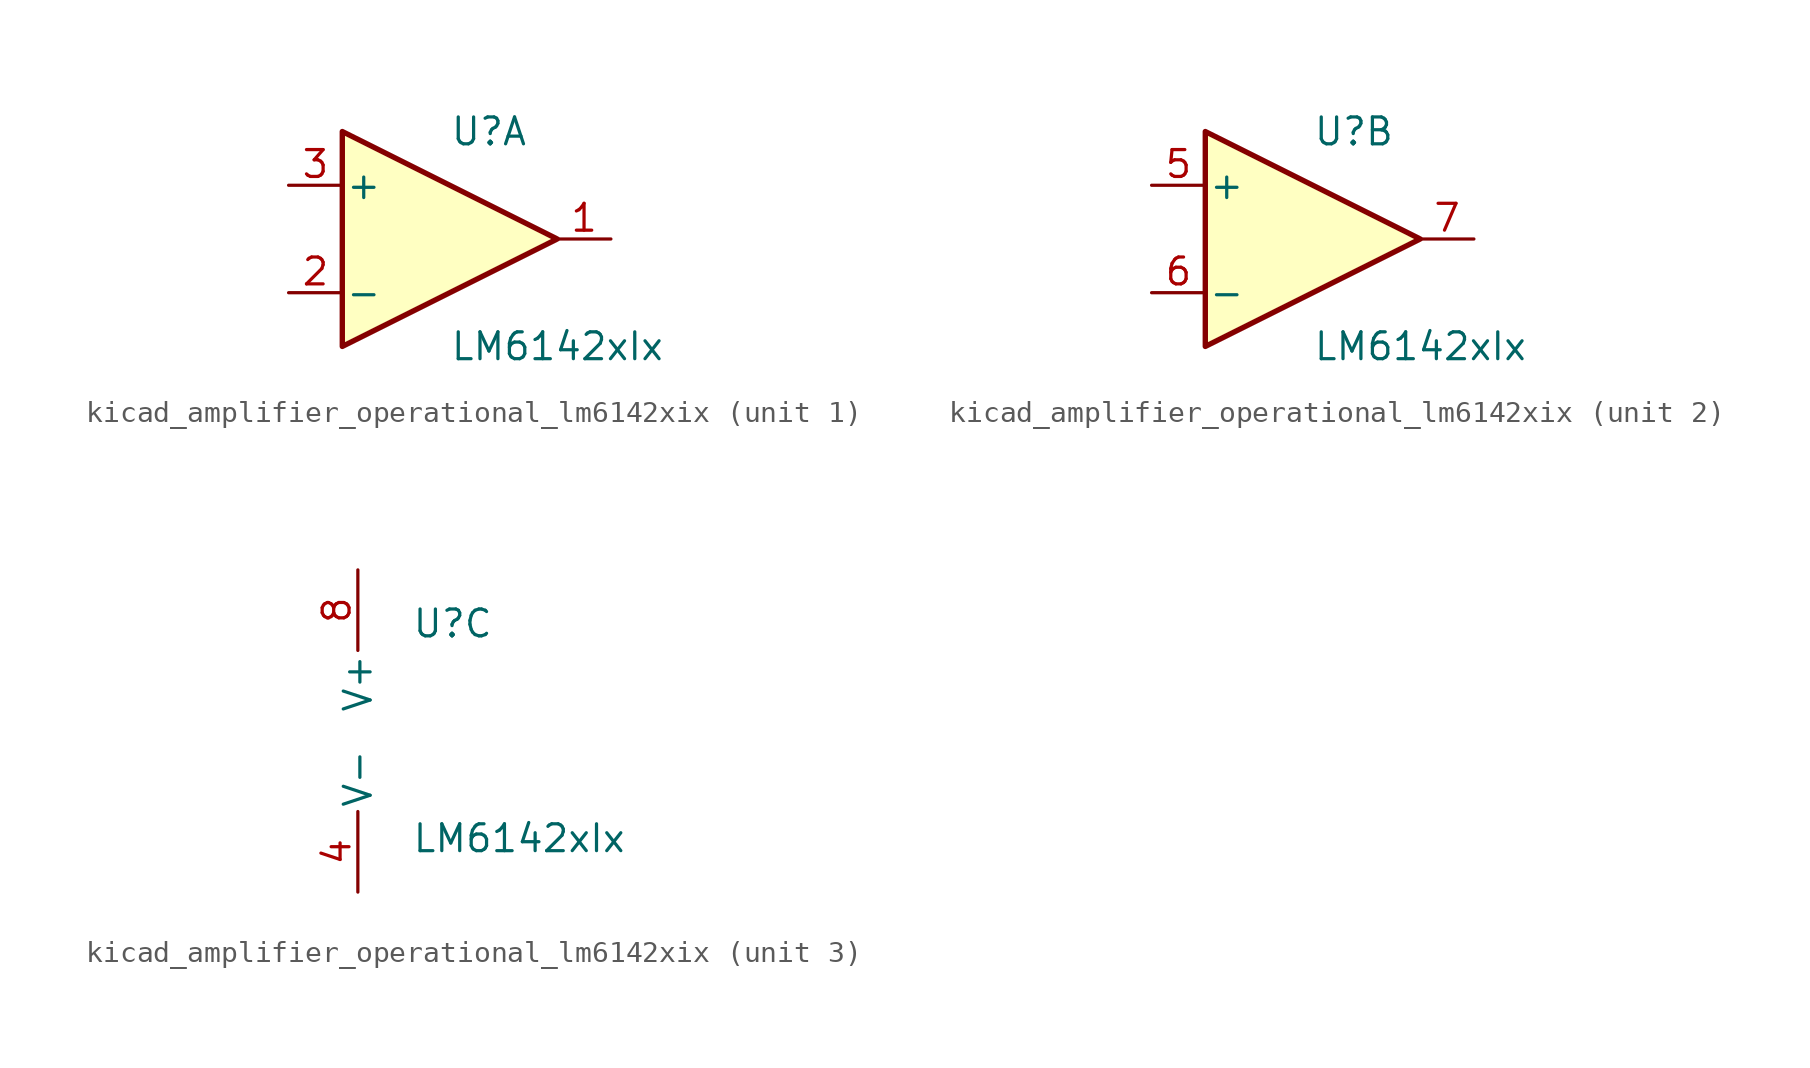
<source format=kicad_sym>
(kicad_symbol_lib
  (version 20220914)
  (generator kicad_symbol_editor)
  (symbol "kicad_amplifier_operational_lm6142xix"
    (pin_names
      (offset 0.127))
    (property "Reference" "U"
      (at 0 5.08 0)
      (effects (font (size 1.27 1.27)) (justify left)))
    (property "Value" "LM6142xIx"
      (at 0 -5.08 0)
      (effects (font (size 1.27 1.27)) (justify left)))
    (property "ki_locked" ""
      (at 0 0 0)
      (effects (font (size 1.27 1.27))))
    (symbol "kicad_amplifier_operational_lm6142xix_1_1"
      (polyline (pts (xy -5.08 5.08) (xy 5.08 0) (xy -5.08 -5.08) (xy -5.08 5.08)) (stroke (width 0.254) (type default)) (fill (type background)))
      (pin output line (at 7.62 0 180) (length 2.54) (name "~" (effects (font (size 1.27 1.27)))) (number "1" (effects (font (size 1.27 1.27)))))
      (pin input line (at -7.62 -2.54 0) (length 2.54) (name "-" (effects (font (size 1.27 1.27)))) (number "2" (effects (font (size 1.27 1.27)))))
      (pin input line (at -7.62 2.54 0) (length 2.54) (name "+" (effects (font (size 1.27 1.27)))) (number "3" (effects (font (size 1.27 1.27))))))
    (symbol "kicad_amplifier_operational_lm6142xix_2_1"
      (polyline (pts (xy -5.08 5.08) (xy 5.08 0) (xy -5.08 -5.08) (xy -5.08 5.08)) (stroke (width 0.254) (type default)) (fill (type background)))
      (pin input line (at -7.62 2.54 0) (length 2.54) (name "+" (effects (font (size 1.27 1.27)))) (number "5" (effects (font (size 1.27 1.27)))))
      (pin input line (at -7.62 -2.54 0) (length 2.54) (name "-" (effects (font (size 1.27 1.27)))) (number "6" (effects (font (size 1.27 1.27)))))
      (pin output line (at 7.62 0 180) (length 2.54) (name "~" (effects (font (size 1.27 1.27)))) (number "7" (effects (font (size 1.27 1.27))))))
    (symbol "kicad_amplifier_operational_lm6142xix_3_1"
      (pin power_in line (at -2.54 -7.62 90) (length 3.81) (name "V-" (effects (font (size 1.27 1.27)))) (number "4" (effects (font (size 1.27 1.27)))))
      (pin power_in line (at -2.54 7.62 270) (length 3.81) (name "V+" (effects (font (size 1.27 1.27)))) (number "8" (effects (font (size 1.27 1.27))))))))
</source>
